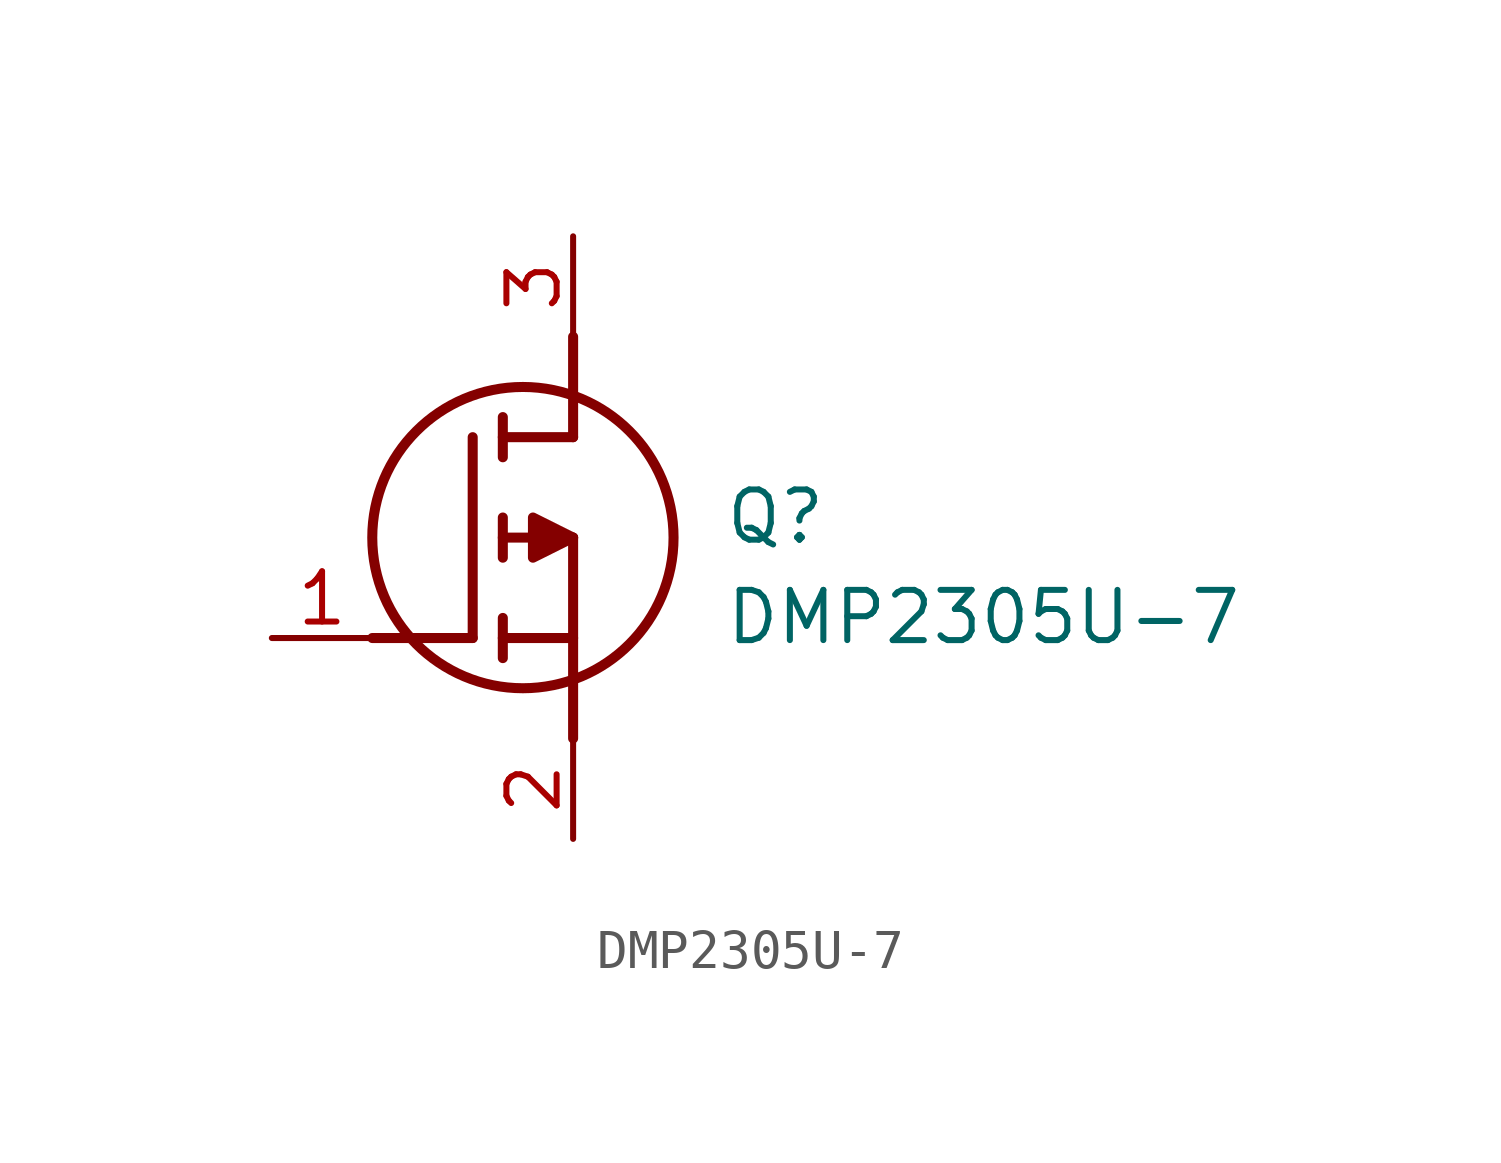
<source format=kicad_sym>
(kicad_symbol_lib
  (version 20211014)
  (generator SamacSys_ECAD_Model)
  (symbol "DMP2305U-7"
    (pin_names hide)
    (property "Reference" "Q"
      (at 11.43 3.81 0)
      (effects (font (size 1.27 1.27)) (justify left top)))
    (property "Value" "DMP2305U-7"
      (at 11.43 1.27 0)
      (effects (font (size 1.27 1.27)) (justify left top)))
    (polyline
      (pts (xy 7.62 2.54) (xy 7.62 -2.54))
      (stroke (width 0.254) (type default))
      (fill (type none)))
    (polyline
      (pts (xy 7.62 5.08) (xy 7.62 7.62))
      (stroke (width 0.254) (type default))
      (fill (type none)))
    (polyline
      (pts (xy 2.54 0) (xy 5.08 0))
      (stroke (width 0.254) (type default))
      (fill (type none)))
    (polyline
      (pts (xy 5.08 5.08) (xy 5.08 0))
      (stroke (width 0.254) (type default))
      (fill (type none)))
    (polyline
      (pts (xy 7.62 2.54) (xy 5.842 2.54))
      (stroke (width 0.254) (type default))
      (fill (type none)))
    (polyline
      (pts (xy 7.62 5.08) (xy 5.842 5.08))
      (stroke (width 0.254) (type default))
      (fill (type none)))
    (polyline
      (pts (xy 5.842 0) (xy 7.62 0))
      (stroke (width 0.254) (type default))
      (fill (type none)))
    (polyline
      (pts (xy 5.842 5.588) (xy 5.842 4.572))
      (stroke (width 0.254) (type default))
      (fill (type none)))
    (polyline
      (pts (xy 5.842 -0.508) (xy 5.842 0.508))
      (stroke (width 0.254) (type default))
      (fill (type none)))
    (polyline
      (pts (xy 5.842 2.032) (xy 5.842 3.048))
      (stroke (width 0.254) (type default))
      (fill (type none)))
    (circle
      (center 6.35 2.54)
      (radius 3.81)
      (stroke (width 0.254) (type default))
      (fill (type none)))
    (polyline
      (pts (xy 7.62 2.54) (xy 6.604 3.048) (xy 6.604 2.032) (xy 7.62 2.54))
      (stroke (width 0.254) (type default))
      (fill (type outline)))
    (pin passive line
      (at 0 0 0)
      (length 2.54)
      (name "G" (effects (font (size 1.27 1.27))))
      (number "1" (effects (font (size 1.27 1.27)))))
    (pin passive line
      (at 7.62 10.16 270)
      (length 2.54)
      (name "D" (effects (font (size 1.27 1.27))))
      (number "3" (effects (font (size 1.27 1.27)))))
    (pin passive line
      (at 7.62 -5.08 90)
      (length 2.54)
      (name "S" (effects (font (size 1.27 1.27))))
      (number "2" (effects (font (size 1.27 1.27)))))))
</source>
